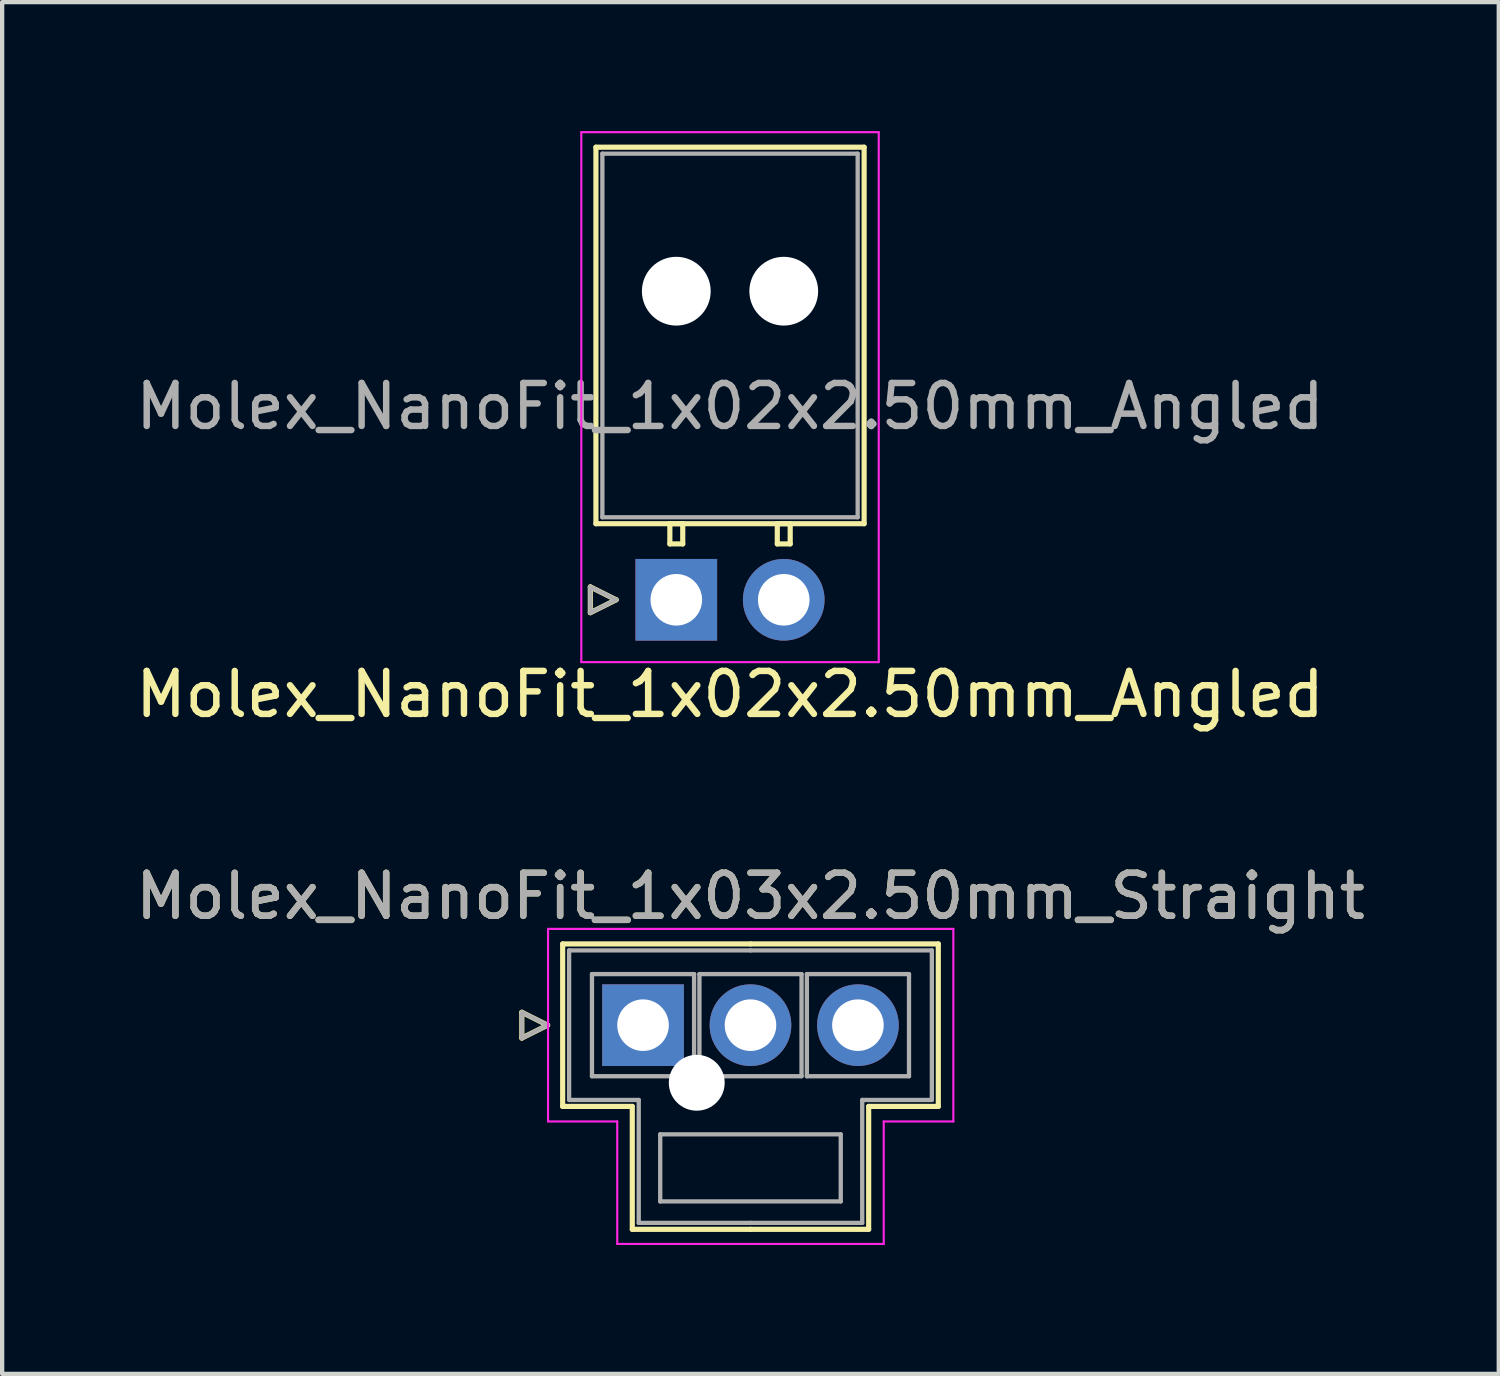
<source format=kicad_pcb>
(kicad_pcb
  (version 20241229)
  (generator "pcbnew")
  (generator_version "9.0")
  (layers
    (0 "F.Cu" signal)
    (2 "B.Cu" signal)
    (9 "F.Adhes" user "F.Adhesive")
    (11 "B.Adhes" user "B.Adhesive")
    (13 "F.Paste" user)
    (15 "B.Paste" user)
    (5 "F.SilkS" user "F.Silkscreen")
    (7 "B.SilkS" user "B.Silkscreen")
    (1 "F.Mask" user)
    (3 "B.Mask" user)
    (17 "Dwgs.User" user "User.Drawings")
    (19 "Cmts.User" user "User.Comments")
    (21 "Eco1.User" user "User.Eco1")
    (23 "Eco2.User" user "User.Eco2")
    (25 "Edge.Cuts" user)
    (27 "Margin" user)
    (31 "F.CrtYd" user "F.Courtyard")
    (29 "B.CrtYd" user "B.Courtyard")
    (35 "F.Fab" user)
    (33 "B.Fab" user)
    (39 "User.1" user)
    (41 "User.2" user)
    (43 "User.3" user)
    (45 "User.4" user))
  (footprint "Molex_NanoFit_1x02x2.50mm_Angled"
    (layer "F.Cu")
    (at 12.685 10.905)
    (property "Reference" "Molex_NanoFit_1x02x2.50mm_Angled" (at 1.25 2.2 0) (layer "F.SilkS") (effects (font (size 1 1) (thickness 0.15))))
    (attr through_hole)
    (fp_line (start -2 -0.3) (end -1.4 0) (stroke (width 0.12) (type solid)) (layer "F.SilkS"))
    (fp_line (start -2 0.3) (end -2 -0.3) (stroke (width 0.12) (type solid)) (layer "F.SilkS"))
    (fp_line (start -1.87 -10.53) (end -1.87 -1.77) (stroke (width 0.12) (type solid)) (layer "F.SilkS"))
    (fp_line (start -1.87 -1.77) (end 4.37 -1.77) (stroke (width 0.12) (type solid)) (layer "F.SilkS"))
    (fp_line (start -1.4 0) (end -2 0.3) (stroke (width 0.12) (type solid)) (layer "F.SilkS"))
    (fp_line (start -0.15 -1.77) (end -0.15 -1.3) (stroke (width 0.12) (type solid)) (layer "F.SilkS"))
    (fp_line (start -0.15 -1.3) (end 0.15 -1.3) (stroke (width 0.12) (type solid)) (layer "F.SilkS"))
    (fp_line (start 0.15 -1.77) (end -0.15 -1.77) (stroke (width 0.12) (type solid)) (layer "F.SilkS"))
    (fp_line (start 0.15 -1.3) (end 0.15 -1.77) (stroke (width 0.12) (type solid)) (layer "F.SilkS"))
    (fp_line (start 2.35 -1.77) (end 2.35 -1.3) (stroke (width 0.12) (type solid)) (layer "F.SilkS"))
    (fp_line (start 2.35 -1.3) (end 2.65 -1.3) (stroke (width 0.12) (type solid)) (layer "F.SilkS"))
    (fp_line (start 2.65 -1.77) (end 2.35 -1.77) (stroke (width 0.12) (type solid)) (layer "F.SilkS"))
    (fp_line (start 2.65 -1.3) (end 2.65 -1.77) (stroke (width 0.12) (type solid)) (layer "F.SilkS"))
    (fp_line (start 4.37 -10.53) (end -1.87 -10.53) (stroke (width 0.12) (type solid)) (layer "F.SilkS"))
    (fp_line (start 4.37 -1.77) (end 4.37 -10.53) (stroke (width 0.12) (type solid)) (layer "F.SilkS"))
    (fp_line (start -2.21 -10.88) (end -2.21 1.45) (stroke (width 0.05) (type solid)) (layer "F.CrtYd"))
    (fp_line (start -2.21 1.45) (end 4.71 1.45) (stroke (width 0.05) (type solid)) (layer "F.CrtYd"))
    (fp_line (start 4.71 -10.88) (end -2.21 -10.88) (stroke (width 0.05) (type solid)) (layer "F.CrtYd"))
    (fp_line (start 4.71 1.45) (end 4.71 -10.88) (stroke (width 0.05) (type solid)) (layer "F.CrtYd"))
    (fp_line (start -2 -0.3) (end -1.4 0) (stroke (width 0.1) (type solid)) (layer "F.Fab"))
    (fp_line (start -2 0.3) (end -2 -0.3) (stroke (width 0.1) (type solid)) (layer "F.Fab"))
    (fp_line (start -1.72 -10.38) (end -1.72 -1.92) (stroke (width 0.1) (type solid)) (layer "F.Fab"))
    (fp_line (start -1.72 -1.92) (end 4.22 -1.92) (stroke (width 0.1) (type solid)) (layer "F.Fab"))
    (fp_line (start -1.4 0) (end -2 0.3) (stroke (width 0.1) (type solid)) (layer "F.Fab"))
    (fp_line (start 4.22 -10.38) (end -1.72 -10.38) (stroke (width 0.1) (type solid)) (layer "F.Fab"))
    (fp_line (start 4.22 -1.92) (end 4.22 -10.38) (stroke (width 0.1) (type solid)) (layer "F.Fab"))
    (fp_text user "${REFERENCE}" (at 1.25 -4.5 0) (layer "F.Fab") (effects (font (size 1 1) (thickness 0.15))))
    (pad "" np_thru_hole circle (at 0 -7.18) (size 1.6 1.6) (drill 1.6) (layers "*.Cu" "*.Mask"))
    (pad "" np_thru_hole circle (at 2.5 -7.18) (size 1.6 1.6) (drill 1.6) (layers "*.Cu" "*.Mask"))
    (pad "1" thru_hole rect (at 0 0) (size 1.9 1.9) (drill 1.2) (layers "*.Cu" "*.Mask"))
    (pad "2" thru_hole circle (at 2.5 0) (size 1.9 1.9) (drill 1.2) (layers "*.Cu" "*.Mask")))
  (footprint "Molex_NanoFit_1x03x2.50mm_Straight"
    (layer "F.Cu")
    (at 11.911 20.802)
    (property "Reference" "Molex_NanoFit_1x03x2.50mm_Straight" (at 2.5 -3 0) (layer "F.SilkS") (effects (font (size 1 1) (thickness 0.15))))
    (attr through_hole)
    (fp_line (start -2.82 -0.3) (end -2.22 0) (stroke (width 0.12) (type solid)) (layer "F.SilkS"))
    (fp_line (start -2.82 0.3) (end -2.82 -0.3) (stroke (width 0.12) (type solid)) (layer "F.SilkS"))
    (fp_line (start -2.22 0) (end -2.82 0.3) (stroke (width 0.12) (type solid)) (layer "F.SilkS"))
    (fp_line (start -1.87 -1.89) (end -1.87 1.89) (stroke (width 0.12) (type solid)) (layer "F.SilkS"))
    (fp_line (start -1.87 1.89) (end -0.25 1.89) (stroke (width 0.12) (type solid)) (layer "F.SilkS"))
    (fp_line (start -0.25 1.89) (end -0.25 4.75) (stroke (width 0.12) (type solid)) (layer "F.SilkS"))
    (fp_line (start -0.25 4.75) (end 2.5 4.75) (stroke (width 0.12) (type solid)) (layer "F.SilkS"))
    (fp_line (start 2.5 -1.89) (end -1.87 -1.89) (stroke (width 0.12) (type solid)) (layer "F.SilkS"))
    (fp_line (start 2.5 -1.89) (end 6.87 -1.89) (stroke (width 0.12) (type solid)) (layer "F.SilkS"))
    (fp_line (start 5.25 1.89) (end 5.25 4.75) (stroke (width 0.12) (type solid)) (layer "F.SilkS"))
    (fp_line (start 5.25 4.75) (end 2.5 4.75) (stroke (width 0.12) (type solid)) (layer "F.SilkS"))
    (fp_line (start 6.87 -1.89) (end 6.87 1.89) (stroke (width 0.12) (type solid)) (layer "F.SilkS"))
    (fp_line (start 6.87 1.89) (end 5.25 1.89) (stroke (width 0.12) (type solid)) (layer "F.SilkS"))
    (fp_line (start -2.21 -2.24) (end -2.21 2.24) (stroke (width 0.05) (type solid)) (layer "F.CrtYd"))
    (fp_line (start -2.21 2.24) (end -0.6 2.24) (stroke (width 0.05) (type solid)) (layer "F.CrtYd"))
    (fp_line (start -0.6 2.24) (end -0.6 5.09) (stroke (width 0.05) (type solid)) (layer "F.CrtYd"))
    (fp_line (start -0.6 5.09) (end 5.6 5.09) (stroke (width 0.05) (type solid)) (layer "F.CrtYd"))
    (fp_line (start 5.6 2.24) (end 7.22 2.24) (stroke (width 0.05) (type solid)) (layer "F.CrtYd"))
    (fp_line (start 5.6 5.09) (end 5.6 2.24) (stroke (width 0.05) (type solid)) (layer "F.CrtYd"))
    (fp_line (start 7.22 -2.24) (end -2.21 -2.24) (stroke (width 0.05) (type solid)) (layer "F.CrtYd"))
    (fp_line (start 7.22 2.24) (end 7.22 -2.24) (stroke (width 0.05) (type solid)) (layer "F.CrtYd"))
    (fp_line (start -2.82 -0.3) (end -2.22 0) (stroke (width 0.1) (type solid)) (layer "F.Fab"))
    (fp_line (start -2.82 0.3) (end -2.82 -0.3) (stroke (width 0.1) (type solid)) (layer "F.Fab"))
    (fp_line (start -2.22 0) (end -2.82 0.3) (stroke (width 0.1) (type solid)) (layer "F.Fab"))
    (fp_line (start -1.72 -1.74) (end -1.72 1.74) (stroke (width 0.1) (type solid)) (layer "F.Fab"))
    (fp_line (start -1.72 1.74) (end -0.1 1.74) (stroke (width 0.1) (type solid)) (layer "F.Fab"))
    (fp_line (start -1.188 -1.188) (end -1.188 1.188) (stroke (width 0.1) (type solid)) (layer "F.Fab"))
    (fp_line (start -1.188 1.188) (end 1.188 1.188) (stroke (width 0.1) (type solid)) (layer "F.Fab"))
    (fp_line (start -0.1 1.74) (end -0.1 4.6) (stroke (width 0.1) (type solid)) (layer "F.Fab"))
    (fp_line (start -0.1 4.6) (end 2.5 4.6) (stroke (width 0.1) (type solid)) (layer "F.Fab"))
    (fp_line (start 0.4 2.54) (end 0.4 4.1) (stroke (width 0.1) (type solid)) (layer "F.Fab"))
    (fp_line (start 0.4 4.1) (end 4.6 4.1) (stroke (width 0.1) (type solid)) (layer "F.Fab"))
    (fp_line (start 1.188 -1.188) (end -1.188 -1.188) (stroke (width 0.1) (type solid)) (layer "F.Fab"))
    (fp_line (start 1.188 1.188) (end 1.188 -1.188) (stroke (width 0.1) (type solid)) (layer "F.Fab"))
    (fp_line (start 1.312 -1.188) (end 1.312 1.188) (stroke (width 0.1) (type solid)) (layer "F.Fab"))
    (fp_line (start 1.312 1.188) (end 3.688 1.188) (stroke (width 0.1) (type solid)) (layer "F.Fab"))
    (fp_line (start 2.5 -1.74) (end -1.72 -1.74) (stroke (width 0.1) (type solid)) (layer "F.Fab"))
    (fp_line (start 2.5 -1.74) (end 6.72 -1.74) (stroke (width 0.1) (type solid)) (layer "F.Fab"))
    (fp_line (start 3.688 -1.188) (end 1.312 -1.188) (stroke (width 0.1) (type solid)) (layer "F.Fab"))
    (fp_line (start 3.688 1.188) (end 3.688 -1.188) (stroke (width 0.1) (type solid)) (layer "F.Fab"))
    (fp_line (start 3.812 -1.188) (end 3.812 1.188) (stroke (width 0.1) (type solid)) (layer "F.Fab"))
    (fp_line (start 3.812 1.188) (end 6.188 1.188) (stroke (width 0.1) (type solid)) (layer "F.Fab"))
    (fp_line (start 4.6 2.54) (end 0.4 2.54) (stroke (width 0.1) (type solid)) (layer "F.Fab"))
    (fp_line (start 4.6 4.1) (end 4.6 2.54) (stroke (width 0.1) (type solid)) (layer "F.Fab"))
    (fp_line (start 5.1 1.74) (end 5.1 4.6) (stroke (width 0.1) (type solid)) (layer "F.Fab"))
    (fp_line (start 5.1 4.6) (end 2.5 4.6) (stroke (width 0.1) (type solid)) (layer "F.Fab"))
    (fp_line (start 6.188 -1.188) (end 3.812 -1.188) (stroke (width 0.1) (type solid)) (layer "F.Fab"))
    (fp_line (start 6.188 1.188) (end 6.188 -1.188) (stroke (width 0.1) (type solid)) (layer "F.Fab"))
    (fp_line (start 6.72 -1.74) (end 6.72 1.74) (stroke (width 0.1) (type solid)) (layer "F.Fab"))
    (fp_line (start 6.72 1.74) (end 5.1 1.74) (stroke (width 0.1) (type solid)) (layer "F.Fab"))
    (fp_text user "${REFERENCE}" (at 2.5 -3 0) (layer "F.Fab") (effects (font (size 1 1) (thickness 0.15))))
    (pad "" np_thru_hole circle (at 1.25 1.34) (size 1.3 1.3) (drill 1.3) (layers "*.Cu" "*.Mask"))
    (pad "1" thru_hole rect (at 0 0) (size 1.9 1.9) (drill 1.2) (layers "*.Cu" "*.Mask"))
    (pad "2" thru_hole circle (at 2.5 0) (size 1.9 1.9) (drill 1.2) (layers "*.Cu" "*.Mask"))
    (pad "3" thru_hole circle (at 5 0) (size 1.9 1.9) (drill 1.2) (layers "*.Cu" "*.Mask")))
  (gr_rect
    (start -3 -3)
    (end 31.821 28.916)
    (stroke (width 0.1) (type default))
    (fill no)
    (layer "Edge.Cuts")))
</source>
